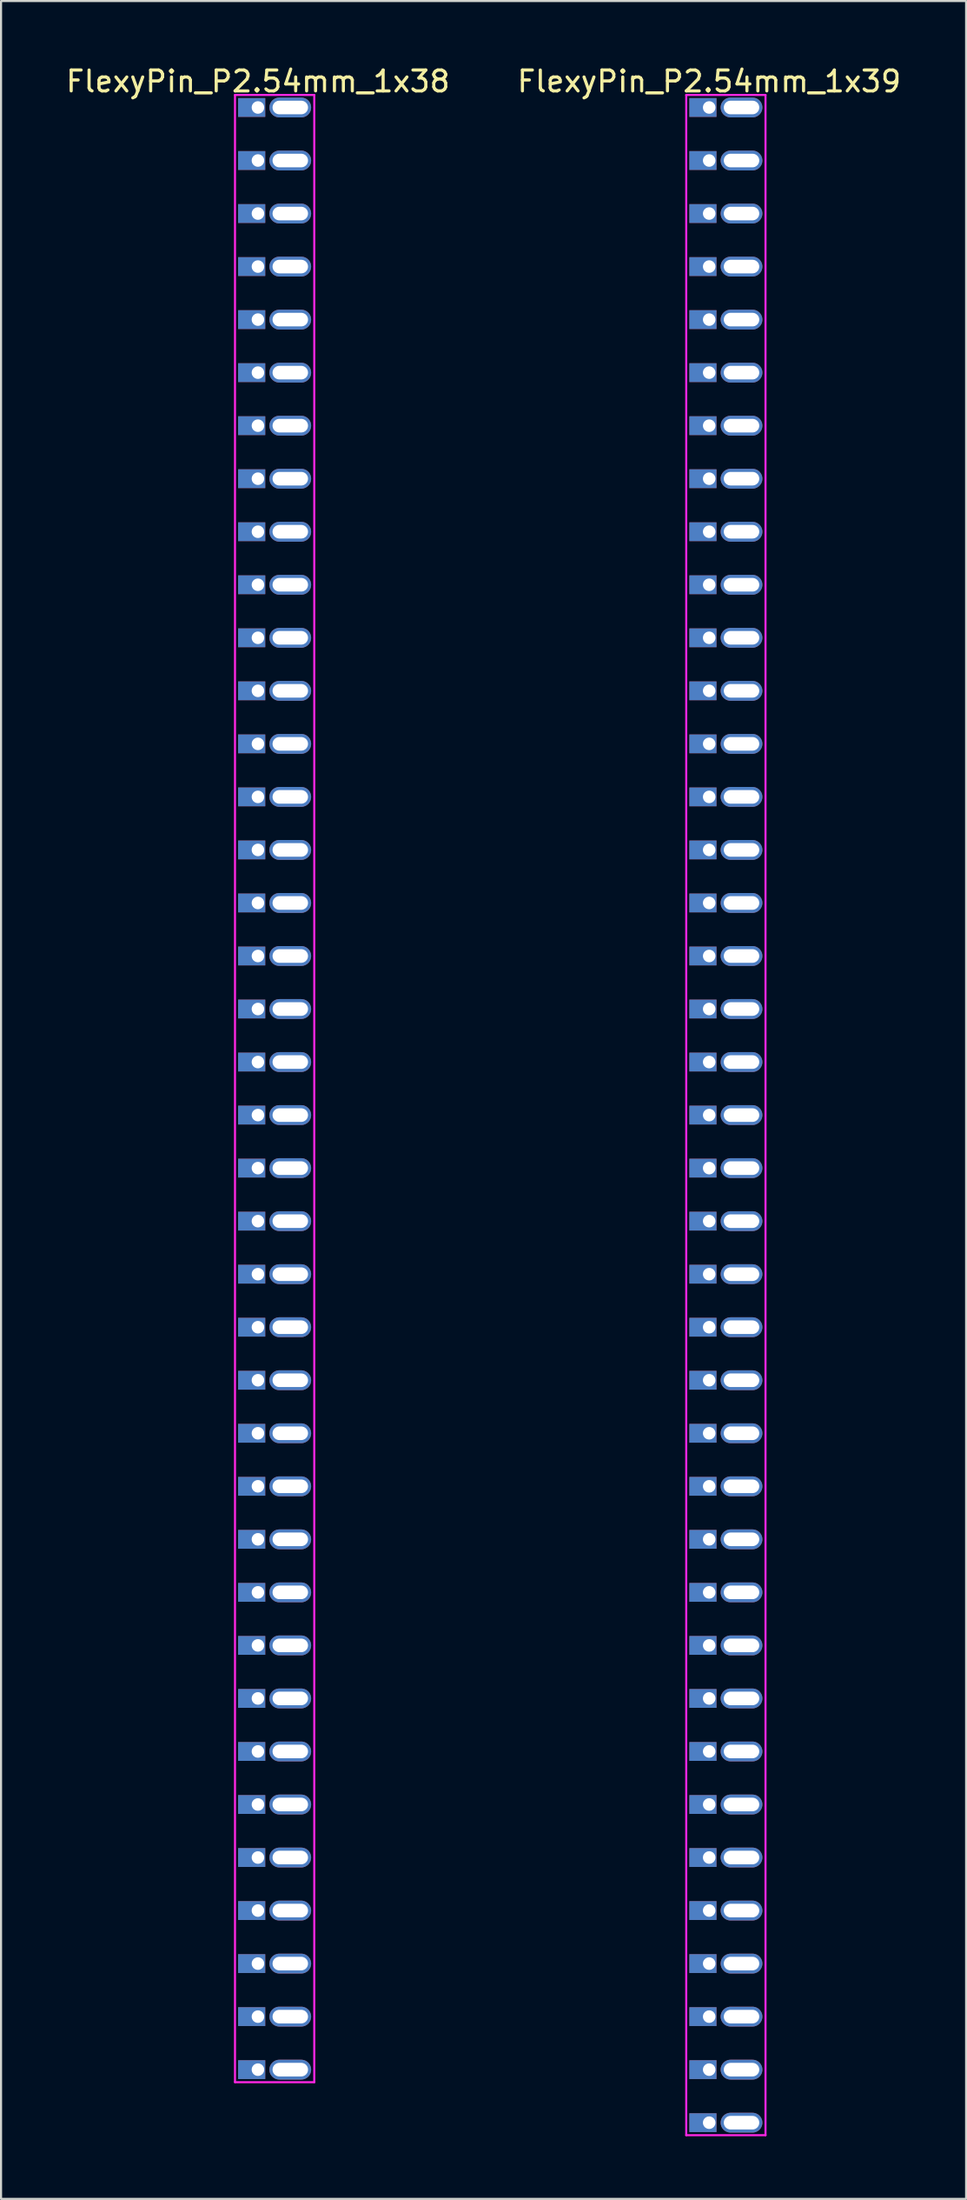
<source format=kicad_pcb>
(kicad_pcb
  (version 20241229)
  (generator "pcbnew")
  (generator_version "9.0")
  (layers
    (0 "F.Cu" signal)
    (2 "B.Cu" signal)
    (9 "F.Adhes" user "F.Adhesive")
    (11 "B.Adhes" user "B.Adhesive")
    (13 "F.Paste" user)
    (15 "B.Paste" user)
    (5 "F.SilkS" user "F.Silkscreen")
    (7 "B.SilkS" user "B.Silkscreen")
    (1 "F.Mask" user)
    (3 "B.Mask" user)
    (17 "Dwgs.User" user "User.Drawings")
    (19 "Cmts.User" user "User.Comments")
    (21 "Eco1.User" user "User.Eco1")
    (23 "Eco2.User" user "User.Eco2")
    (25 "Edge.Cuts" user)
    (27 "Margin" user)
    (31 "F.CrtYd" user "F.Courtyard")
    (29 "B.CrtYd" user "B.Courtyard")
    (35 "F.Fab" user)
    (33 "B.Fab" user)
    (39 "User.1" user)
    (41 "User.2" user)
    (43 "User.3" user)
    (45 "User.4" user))
  (footprint "FlexyPin_P2.54mm_1x39"
    (layer "F.Cu")
    (at 30.946 2.098)
    (property "Reference" "FlexyPin_P2.54mm_1x39" (at 0 -1.25 0) (layer "F.SilkS") (effects (font (size 1 1) (thickness 0.15))))
    (attr through_hole)
    (fp_line (start -1.1 -0.6) (end 2.7 -0.6) (stroke (width 0.1) (type solid)) (layer "F.CrtYd"))
    (fp_line (start -1.1 97.12) (end -1.1 -0.6) (stroke (width 0.1) (type solid)) (layer "F.CrtYd"))
    (fp_line (start 2.7 -0.6) (end 2.7 97.12) (stroke (width 0.1) (type solid)) (layer "F.CrtYd"))
    (fp_line (start 2.7 97.12) (end -1.1 97.12) (stroke (width 0.1) (type solid)) (layer "F.CrtYd"))
    (pad "" thru_hole oval (at 1.55 0) (size 2 0.95) (drill oval 1.7 0.65) (layers "*.Cu" "*.Mask"))
    (pad "" thru_hole oval (at 1.55 2.54) (size 2 0.95) (drill oval 1.7 0.65) (layers "*.Cu" "*.Mask"))
    (pad "" thru_hole oval (at 1.55 5.08) (size 2 0.95) (drill oval 1.7 0.65) (layers "*.Cu" "*.Mask"))
    (pad "" thru_hole oval (at 1.55 7.62) (size 2 0.95) (drill oval 1.7 0.65) (layers "*.Cu" "*.Mask"))
    (pad "" thru_hole oval (at 1.55 10.16) (size 2 0.95) (drill oval 1.7 0.65) (layers "*.Cu" "*.Mask"))
    (pad "" thru_hole oval (at 1.55 12.7) (size 2 0.95) (drill oval 1.7 0.65) (layers "*.Cu" "*.Mask"))
    (pad "" thru_hole oval (at 1.55 15.24) (size 2 0.95) (drill oval 1.7 0.65) (layers "*.Cu" "*.Mask"))
    (pad "" thru_hole oval (at 1.55 17.78) (size 2 0.95) (drill oval 1.7 0.65) (layers "*.Cu" "*.Mask"))
    (pad "" thru_hole oval (at 1.55 20.32) (size 2 0.95) (drill oval 1.7 0.65) (layers "*.Cu" "*.Mask"))
    (pad "" thru_hole oval (at 1.55 22.86) (size 2 0.95) (drill oval 1.7 0.65) (layers "*.Cu" "*.Mask"))
    (pad "" thru_hole oval (at 1.55 25.4) (size 2 0.95) (drill oval 1.7 0.65) (layers "*.Cu" "*.Mask"))
    (pad "" thru_hole oval (at 1.55 27.94) (size 2 0.95) (drill oval 1.7 0.65) (layers "*.Cu" "*.Mask"))
    (pad "" thru_hole oval (at 1.55 30.48) (size 2 0.95) (drill oval 1.7 0.65) (layers "*.Cu" "*.Mask"))
    (pad "" thru_hole oval (at 1.55 33.02) (size 2 0.95) (drill oval 1.7 0.65) (layers "*.Cu" "*.Mask"))
    (pad "" thru_hole oval (at 1.55 35.56) (size 2 0.95) (drill oval 1.7 0.65) (layers "*.Cu" "*.Mask"))
    (pad "" thru_hole oval (at 1.55 38.1) (size 2 0.95) (drill oval 1.7 0.65) (layers "*.Cu" "*.Mask"))
    (pad "" thru_hole oval (at 1.55 40.64) (size 2 0.95) (drill oval 1.7 0.65) (layers "*.Cu" "*.Mask"))
    (pad "" thru_hole oval (at 1.55 43.18) (size 2 0.95) (drill oval 1.7 0.65) (layers "*.Cu" "*.Mask"))
    (pad "" thru_hole oval (at 1.55 45.72) (size 2 0.95) (drill oval 1.7 0.65) (layers "*.Cu" "*.Mask"))
    (pad "" thru_hole oval (at 1.55 48.26) (size 2 0.95) (drill oval 1.7 0.65) (layers "*.Cu" "*.Mask"))
    (pad "" thru_hole oval (at 1.55 50.8) (size 2 0.95) (drill oval 1.7 0.65) (layers "*.Cu" "*.Mask"))
    (pad "" thru_hole oval (at 1.55 53.34) (size 2 0.95) (drill oval 1.7 0.65) (layers "*.Cu" "*.Mask"))
    (pad "" thru_hole oval (at 1.55 55.88) (size 2 0.95) (drill oval 1.7 0.65) (layers "*.Cu" "*.Mask"))
    (pad "" thru_hole oval (at 1.55 58.42) (size 2 0.95) (drill oval 1.7 0.65) (layers "*.Cu" "*.Mask"))
    (pad "" thru_hole oval (at 1.55 60.96) (size 2 0.95) (drill oval 1.7 0.65) (layers "*.Cu" "*.Mask"))
    (pad "" thru_hole oval (at 1.55 63.5) (size 2 0.95) (drill oval 1.7 0.65) (layers "*.Cu" "*.Mask"))
    (pad "" thru_hole oval (at 1.55 66.04) (size 2 0.95) (drill oval 1.7 0.65) (layers "*.Cu" "*.Mask"))
    (pad "" thru_hole oval (at 1.55 68.58) (size 2 0.95) (drill oval 1.7 0.65) (layers "*.Cu" "*.Mask"))
    (pad "" thru_hole oval (at 1.55 71.12) (size 2 0.95) (drill oval 1.7 0.65) (layers "*.Cu" "*.Mask"))
    (pad "" thru_hole oval (at 1.55 73.66) (size 2 0.95) (drill oval 1.7 0.65) (layers "*.Cu" "*.Mask"))
    (pad "" thru_hole oval (at 1.55 76.2) (size 2 0.95) (drill oval 1.7 0.65) (layers "*.Cu" "*.Mask"))
    (pad "" thru_hole oval (at 1.55 78.74) (size 2 0.95) (drill oval 1.7 0.65) (layers "*.Cu" "*.Mask"))
    (pad "" thru_hole oval (at 1.55 81.28) (size 2 0.95) (drill oval 1.7 0.65) (layers "*.Cu" "*.Mask"))
    (pad "" thru_hole oval (at 1.55 83.82) (size 2 0.95) (drill oval 1.7 0.65) (layers "*.Cu" "*.Mask"))
    (pad "" thru_hole oval (at 1.55 86.36) (size 2 0.95) (drill oval 1.7 0.65) (layers "*.Cu" "*.Mask"))
    (pad "" thru_hole oval (at 1.55 88.9) (size 2 0.95) (drill oval 1.7 0.65) (layers "*.Cu" "*.Mask"))
    (pad "" thru_hole oval (at 1.55 91.44) (size 2 0.95) (drill oval 1.7 0.65) (layers "*.Cu" "*.Mask"))
    (pad "" thru_hole oval (at 1.55 93.98) (size 2 0.95) (drill oval 1.7 0.65) (layers "*.Cu" "*.Mask"))
    (pad "" thru_hole oval (at 1.55 96.52) (size 2 0.95) (drill oval 1.7 0.65) (layers "*.Cu" "*.Mask"))
    (pad "1" thru_hole rect (at 0 0) (size 1.3 0.9) (drill 0.6 (offset -0.3 0)) (layers "*.Cu" "*.Mask"))
    (pad "2" thru_hole rect (at 0 2.54) (size 1.3 0.9) (drill 0.6 (offset -0.3 0)) (layers "*.Cu" "*.Mask"))
    (pad "3" thru_hole rect (at 0 5.08) (size 1.3 0.9) (drill 0.6 (offset -0.3 0)) (layers "*.Cu" "*.Mask"))
    (pad "4" thru_hole rect (at 0 7.62) (size 1.3 0.9) (drill 0.6 (offset -0.3 0)) (layers "*.Cu" "*.Mask"))
    (pad "5" thru_hole rect (at 0 10.16) (size 1.3 0.9) (drill 0.6 (offset -0.3 0)) (layers "*.Cu" "*.Mask"))
    (pad "6" thru_hole rect (at 0 12.7) (size 1.3 0.9) (drill 0.6 (offset -0.3 0)) (layers "*.Cu" "*.Mask"))
    (pad "7" thru_hole rect (at 0 15.24) (size 1.3 0.9) (drill 0.6 (offset -0.3 0)) (layers "*.Cu" "*.Mask"))
    (pad "8" thru_hole rect (at 0 17.78) (size 1.3 0.9) (drill 0.6 (offset -0.3 0)) (layers "*.Cu" "*.Mask"))
    (pad "9" thru_hole rect (at 0 20.32) (size 1.3 0.9) (drill 0.6 (offset -0.3 0)) (layers "*.Cu" "*.Mask"))
    (pad "10" thru_hole rect (at 0 22.86) (size 1.3 0.9) (drill 0.6 (offset -0.3 0)) (layers "*.Cu" "*.Mask"))
    (pad "11" thru_hole rect (at 0 25.4) (size 1.3 0.9) (drill 0.6 (offset -0.3 0)) (layers "*.Cu" "*.Mask"))
    (pad "12" thru_hole rect (at 0 27.94) (size 1.3 0.9) (drill 0.6 (offset -0.3 0)) (layers "*.Cu" "*.Mask"))
    (pad "13" thru_hole rect (at 0 30.48) (size 1.3 0.9) (drill 0.6 (offset -0.3 0)) (layers "*.Cu" "*.Mask"))
    (pad "14" thru_hole rect (at 0 33.02) (size 1.3 0.9) (drill 0.6 (offset -0.3 0)) (layers "*.Cu" "*.Mask"))
    (pad "15" thru_hole rect (at 0 35.56) (size 1.3 0.9) (drill 0.6 (offset -0.3 0)) (layers "*.Cu" "*.Mask"))
    (pad "16" thru_hole rect (at 0 38.1) (size 1.3 0.9) (drill 0.6 (offset -0.3 0)) (layers "*.Cu" "*.Mask"))
    (pad "17" thru_hole rect (at 0 40.64) (size 1.3 0.9) (drill 0.6 (offset -0.3 0)) (layers "*.Cu" "*.Mask"))
    (pad "18" thru_hole rect (at 0 43.18) (size 1.3 0.9) (drill 0.6 (offset -0.3 0)) (layers "*.Cu" "*.Mask"))
    (pad "19" thru_hole rect (at 0 45.72) (size 1.3 0.9) (drill 0.6 (offset -0.3 0)) (layers "*.Cu" "*.Mask"))
    (pad "20" thru_hole rect (at 0 48.26) (size 1.3 0.9) (drill 0.6 (offset -0.3 0)) (layers "*.Cu" "*.Mask"))
    (pad "21" thru_hole rect (at 0 50.8) (size 1.3 0.9) (drill 0.6 (offset -0.3 0)) (layers "*.Cu" "*.Mask"))
    (pad "22" thru_hole rect (at 0 53.34) (size 1.3 0.9) (drill 0.6 (offset -0.3 0)) (layers "*.Cu" "*.Mask"))
    (pad "23" thru_hole rect (at 0 55.88) (size 1.3 0.9) (drill 0.6 (offset -0.3 0)) (layers "*.Cu" "*.Mask"))
    (pad "24" thru_hole rect (at 0 58.42) (size 1.3 0.9) (drill 0.6 (offset -0.3 0)) (layers "*.Cu" "*.Mask"))
    (pad "25" thru_hole rect (at 0 60.96) (size 1.3 0.9) (drill 0.6 (offset -0.3 0)) (layers "*.Cu" "*.Mask"))
    (pad "26" thru_hole rect (at 0 63.5) (size 1.3 0.9) (drill 0.6 (offset -0.3 0)) (layers "*.Cu" "*.Mask"))
    (pad "27" thru_hole rect (at 0 66.04) (size 1.3 0.9) (drill 0.6 (offset -0.3 0)) (layers "*.Cu" "*.Mask"))
    (pad "28" thru_hole rect (at 0 68.58) (size 1.3 0.9) (drill 0.6 (offset -0.3 0)) (layers "*.Cu" "*.Mask"))
    (pad "29" thru_hole rect (at 0 71.12) (size 1.3 0.9) (drill 0.6 (offset -0.3 0)) (layers "*.Cu" "*.Mask"))
    (pad "30" thru_hole rect (at 0 73.66) (size 1.3 0.9) (drill 0.6 (offset -0.3 0)) (layers "*.Cu" "*.Mask"))
    (pad "31" thru_hole rect (at 0 76.2) (size 1.3 0.9) (drill 0.6 (offset -0.3 0)) (layers "*.Cu" "*.Mask"))
    (pad "32" thru_hole rect (at 0 78.74) (size 1.3 0.9) (drill 0.6 (offset -0.3 0)) (layers "*.Cu" "*.Mask"))
    (pad "33" thru_hole rect (at 0 81.28) (size 1.3 0.9) (drill 0.6 (offset -0.3 0)) (layers "*.Cu" "*.Mask"))
    (pad "34" thru_hole rect (at 0 83.82) (size 1.3 0.9) (drill 0.6 (offset -0.3 0)) (layers "*.Cu" "*.Mask"))
    (pad "35" thru_hole rect (at 0 86.36) (size 1.3 0.9) (drill 0.6 (offset -0.3 0)) (layers "*.Cu" "*.Mask"))
    (pad "36" thru_hole rect (at 0 88.9) (size 1.3 0.9) (drill 0.6 (offset -0.3 0)) (layers "*.Cu" "*.Mask"))
    (pad "37" thru_hole rect (at 0 91.44) (size 1.3 0.9) (drill 0.6 (offset -0.3 0)) (layers "*.Cu" "*.Mask"))
    (pad "38" thru_hole rect (at 0 93.98) (size 1.3 0.9) (drill 0.6 (offset -0.3 0)) (layers "*.Cu" "*.Mask"))
    (pad "39" thru_hole rect (at 0 96.52) (size 1.3 0.9) (drill 0.6 (offset -0.3 0)) (layers "*.Cu" "*.Mask")))
  (footprint "FlexyPin_P2.54mm_1x38"
    (layer "F.Cu")
    (at 9.315 2.098)
    (property "Reference" "FlexyPin_P2.54mm_1x38" (at 0 -1.25 0) (layer "F.SilkS") (effects (font (size 1 1) (thickness 0.15))))
    (attr through_hole)
    (fp_line (start -1.1 -0.6) (end 2.7 -0.6) (stroke (width 0.1) (type solid)) (layer "F.CrtYd"))
    (fp_line (start -1.1 94.58) (end -1.1 -0.6) (stroke (width 0.1) (type solid)) (layer "F.CrtYd"))
    (fp_line (start 2.7 -0.6) (end 2.7 94.58) (stroke (width 0.1) (type solid)) (layer "F.CrtYd"))
    (fp_line (start 2.7 94.58) (end -1.1 94.58) (stroke (width 0.1) (type solid)) (layer "F.CrtYd"))
    (pad "" thru_hole oval (at 1.55 0) (size 2 0.95) (drill oval 1.7 0.65) (layers "*.Cu" "*.Mask"))
    (pad "" thru_hole oval (at 1.55 2.54) (size 2 0.95) (drill oval 1.7 0.65) (layers "*.Cu" "*.Mask"))
    (pad "" thru_hole oval (at 1.55 5.08) (size 2 0.95) (drill oval 1.7 0.65) (layers "*.Cu" "*.Mask"))
    (pad "" thru_hole oval (at 1.55 7.62) (size 2 0.95) (drill oval 1.7 0.65) (layers "*.Cu" "*.Mask"))
    (pad "" thru_hole oval (at 1.55 10.16) (size 2 0.95) (drill oval 1.7 0.65) (layers "*.Cu" "*.Mask"))
    (pad "" thru_hole oval (at 1.55 12.7) (size 2 0.95) (drill oval 1.7 0.65) (layers "*.Cu" "*.Mask"))
    (pad "" thru_hole oval (at 1.55 15.24) (size 2 0.95) (drill oval 1.7 0.65) (layers "*.Cu" "*.Mask"))
    (pad "" thru_hole oval (at 1.55 17.78) (size 2 0.95) (drill oval 1.7 0.65) (layers "*.Cu" "*.Mask"))
    (pad "" thru_hole oval (at 1.55 20.32) (size 2 0.95) (drill oval 1.7 0.65) (layers "*.Cu" "*.Mask"))
    (pad "" thru_hole oval (at 1.55 22.86) (size 2 0.95) (drill oval 1.7 0.65) (layers "*.Cu" "*.Mask"))
    (pad "" thru_hole oval (at 1.55 25.4) (size 2 0.95) (drill oval 1.7 0.65) (layers "*.Cu" "*.Mask"))
    (pad "" thru_hole oval (at 1.55 27.94) (size 2 0.95) (drill oval 1.7 0.65) (layers "*.Cu" "*.Mask"))
    (pad "" thru_hole oval (at 1.55 30.48) (size 2 0.95) (drill oval 1.7 0.65) (layers "*.Cu" "*.Mask"))
    (pad "" thru_hole oval (at 1.55 33.02) (size 2 0.95) (drill oval 1.7 0.65) (layers "*.Cu" "*.Mask"))
    (pad "" thru_hole oval (at 1.55 35.56) (size 2 0.95) (drill oval 1.7 0.65) (layers "*.Cu" "*.Mask"))
    (pad "" thru_hole oval (at 1.55 38.1) (size 2 0.95) (drill oval 1.7 0.65) (layers "*.Cu" "*.Mask"))
    (pad "" thru_hole oval (at 1.55 40.64) (size 2 0.95) (drill oval 1.7 0.65) (layers "*.Cu" "*.Mask"))
    (pad "" thru_hole oval (at 1.55 43.18) (size 2 0.95) (drill oval 1.7 0.65) (layers "*.Cu" "*.Mask"))
    (pad "" thru_hole oval (at 1.55 45.72) (size 2 0.95) (drill oval 1.7 0.65) (layers "*.Cu" "*.Mask"))
    (pad "" thru_hole oval (at 1.55 48.26) (size 2 0.95) (drill oval 1.7 0.65) (layers "*.Cu" "*.Mask"))
    (pad "" thru_hole oval (at 1.55 50.8) (size 2 0.95) (drill oval 1.7 0.65) (layers "*.Cu" "*.Mask"))
    (pad "" thru_hole oval (at 1.55 53.34) (size 2 0.95) (drill oval 1.7 0.65) (layers "*.Cu" "*.Mask"))
    (pad "" thru_hole oval (at 1.55 55.88) (size 2 0.95) (drill oval 1.7 0.65) (layers "*.Cu" "*.Mask"))
    (pad "" thru_hole oval (at 1.55 58.42) (size 2 0.95) (drill oval 1.7 0.65) (layers "*.Cu" "*.Mask"))
    (pad "" thru_hole oval (at 1.55 60.96) (size 2 0.95) (drill oval 1.7 0.65) (layers "*.Cu" "*.Mask"))
    (pad "" thru_hole oval (at 1.55 63.5) (size 2 0.95) (drill oval 1.7 0.65) (layers "*.Cu" "*.Mask"))
    (pad "" thru_hole oval (at 1.55 66.04) (size 2 0.95) (drill oval 1.7 0.65) (layers "*.Cu" "*.Mask"))
    (pad "" thru_hole oval (at 1.55 68.58) (size 2 0.95) (drill oval 1.7 0.65) (layers "*.Cu" "*.Mask"))
    (pad "" thru_hole oval (at 1.55 71.12) (size 2 0.95) (drill oval 1.7 0.65) (layers "*.Cu" "*.Mask"))
    (pad "" thru_hole oval (at 1.55 73.66) (size 2 0.95) (drill oval 1.7 0.65) (layers "*.Cu" "*.Mask"))
    (pad "" thru_hole oval (at 1.55 76.2) (size 2 0.95) (drill oval 1.7 0.65) (layers "*.Cu" "*.Mask"))
    (pad "" thru_hole oval (at 1.55 78.74) (size 2 0.95) (drill oval 1.7 0.65) (layers "*.Cu" "*.Mask"))
    (pad "" thru_hole oval (at 1.55 81.28) (size 2 0.95) (drill oval 1.7 0.65) (layers "*.Cu" "*.Mask"))
    (pad "" thru_hole oval (at 1.55 83.82) (size 2 0.95) (drill oval 1.7 0.65) (layers "*.Cu" "*.Mask"))
    (pad "" thru_hole oval (at 1.55 86.36) (size 2 0.95) (drill oval 1.7 0.65) (layers "*.Cu" "*.Mask"))
    (pad "" thru_hole oval (at 1.55 88.9) (size 2 0.95) (drill oval 1.7 0.65) (layers "*.Cu" "*.Mask"))
    (pad "" thru_hole oval (at 1.55 91.44) (size 2 0.95) (drill oval 1.7 0.65) (layers "*.Cu" "*.Mask"))
    (pad "" thru_hole oval (at 1.55 93.98) (size 2 0.95) (drill oval 1.7 0.65) (layers "*.Cu" "*.Mask"))
    (pad "1" thru_hole rect (at 0 0) (size 1.3 0.9) (drill 0.6 (offset -0.3 0)) (layers "*.Cu" "*.Mask"))
    (pad "2" thru_hole rect (at 0 2.54) (size 1.3 0.9) (drill 0.6 (offset -0.3 0)) (layers "*.Cu" "*.Mask"))
    (pad "3" thru_hole rect (at 0 5.08) (size 1.3 0.9) (drill 0.6 (offset -0.3 0)) (layers "*.Cu" "*.Mask"))
    (pad "4" thru_hole rect (at 0 7.62) (size 1.3 0.9) (drill 0.6 (offset -0.3 0)) (layers "*.Cu" "*.Mask"))
    (pad "5" thru_hole rect (at 0 10.16) (size 1.3 0.9) (drill 0.6 (offset -0.3 0)) (layers "*.Cu" "*.Mask"))
    (pad "6" thru_hole rect (at 0 12.7) (size 1.3 0.9) (drill 0.6 (offset -0.3 0)) (layers "*.Cu" "*.Mask"))
    (pad "7" thru_hole rect (at 0 15.24) (size 1.3 0.9) (drill 0.6 (offset -0.3 0)) (layers "*.Cu" "*.Mask"))
    (pad "8" thru_hole rect (at 0 17.78) (size 1.3 0.9) (drill 0.6 (offset -0.3 0)) (layers "*.Cu" "*.Mask"))
    (pad "9" thru_hole rect (at 0 20.32) (size 1.3 0.9) (drill 0.6 (offset -0.3 0)) (layers "*.Cu" "*.Mask"))
    (pad "10" thru_hole rect (at 0 22.86) (size 1.3 0.9) (drill 0.6 (offset -0.3 0)) (layers "*.Cu" "*.Mask"))
    (pad "11" thru_hole rect (at 0 25.4) (size 1.3 0.9) (drill 0.6 (offset -0.3 0)) (layers "*.Cu" "*.Mask"))
    (pad "12" thru_hole rect (at 0 27.94) (size 1.3 0.9) (drill 0.6 (offset -0.3 0)) (layers "*.Cu" "*.Mask"))
    (pad "13" thru_hole rect (at 0 30.48) (size 1.3 0.9) (drill 0.6 (offset -0.3 0)) (layers "*.Cu" "*.Mask"))
    (pad "14" thru_hole rect (at 0 33.02) (size 1.3 0.9) (drill 0.6 (offset -0.3 0)) (layers "*.Cu" "*.Mask"))
    (pad "15" thru_hole rect (at 0 35.56) (size 1.3 0.9) (drill 0.6 (offset -0.3 0)) (layers "*.Cu" "*.Mask"))
    (pad "16" thru_hole rect (at 0 38.1) (size 1.3 0.9) (drill 0.6 (offset -0.3 0)) (layers "*.Cu" "*.Mask"))
    (pad "17" thru_hole rect (at 0 40.64) (size 1.3 0.9) (drill 0.6 (offset -0.3 0)) (layers "*.Cu" "*.Mask"))
    (pad "18" thru_hole rect (at 0 43.18) (size 1.3 0.9) (drill 0.6 (offset -0.3 0)) (layers "*.Cu" "*.Mask"))
    (pad "19" thru_hole rect (at 0 45.72) (size 1.3 0.9) (drill 0.6 (offset -0.3 0)) (layers "*.Cu" "*.Mask"))
    (pad "20" thru_hole rect (at 0 48.26) (size 1.3 0.9) (drill 0.6 (offset -0.3 0)) (layers "*.Cu" "*.Mask"))
    (pad "21" thru_hole rect (at 0 50.8) (size 1.3 0.9) (drill 0.6 (offset -0.3 0)) (layers "*.Cu" "*.Mask"))
    (pad "22" thru_hole rect (at 0 53.34) (size 1.3 0.9) (drill 0.6 (offset -0.3 0)) (layers "*.Cu" "*.Mask"))
    (pad "23" thru_hole rect (at 0 55.88) (size 1.3 0.9) (drill 0.6 (offset -0.3 0)) (layers "*.Cu" "*.Mask"))
    (pad "24" thru_hole rect (at 0 58.42) (size 1.3 0.9) (drill 0.6 (offset -0.3 0)) (layers "*.Cu" "*.Mask"))
    (pad "25" thru_hole rect (at 0 60.96) (size 1.3 0.9) (drill 0.6 (offset -0.3 0)) (layers "*.Cu" "*.Mask"))
    (pad "26" thru_hole rect (at 0 63.5) (size 1.3 0.9) (drill 0.6 (offset -0.3 0)) (layers "*.Cu" "*.Mask"))
    (pad "27" thru_hole rect (at 0 66.04) (size 1.3 0.9) (drill 0.6 (offset -0.3 0)) (layers "*.Cu" "*.Mask"))
    (pad "28" thru_hole rect (at 0 68.58) (size 1.3 0.9) (drill 0.6 (offset -0.3 0)) (layers "*.Cu" "*.Mask"))
    (pad "29" thru_hole rect (at 0 71.12) (size 1.3 0.9) (drill 0.6 (offset -0.3 0)) (layers "*.Cu" "*.Mask"))
    (pad "30" thru_hole rect (at 0 73.66) (size 1.3 0.9) (drill 0.6 (offset -0.3 0)) (layers "*.Cu" "*.Mask"))
    (pad "31" thru_hole rect (at 0 76.2) (size 1.3 0.9) (drill 0.6 (offset -0.3 0)) (layers "*.Cu" "*.Mask"))
    (pad "32" thru_hole rect (at 0 78.74) (size 1.3 0.9) (drill 0.6 (offset -0.3 0)) (layers "*.Cu" "*.Mask"))
    (pad "33" thru_hole rect (at 0 81.28) (size 1.3 0.9) (drill 0.6 (offset -0.3 0)) (layers "*.Cu" "*.Mask"))
    (pad "34" thru_hole rect (at 0 83.82) (size 1.3 0.9) (drill 0.6 (offset -0.3 0)) (layers "*.Cu" "*.Mask"))
    (pad "35" thru_hole rect (at 0 86.36) (size 1.3 0.9) (drill 0.6 (offset -0.3 0)) (layers "*.Cu" "*.Mask"))
    (pad "36" thru_hole rect (at 0 88.9) (size 1.3 0.9) (drill 0.6 (offset -0.3 0)) (layers "*.Cu" "*.Mask"))
    (pad "37" thru_hole rect (at 0 91.44) (size 1.3 0.9) (drill 0.6 (offset -0.3 0)) (layers "*.Cu" "*.Mask"))
    (pad "38" thru_hole rect (at 0 93.98) (size 1.3 0.9) (drill 0.6 (offset -0.3 0)) (layers "*.Cu" "*.Mask")))
  (gr_rect
    (start -3 -3)
    (end 43.262 102.268)
    (stroke (width 0.1) (type default))
    (fill no)
    (layer "Edge.Cuts")))
</source>
